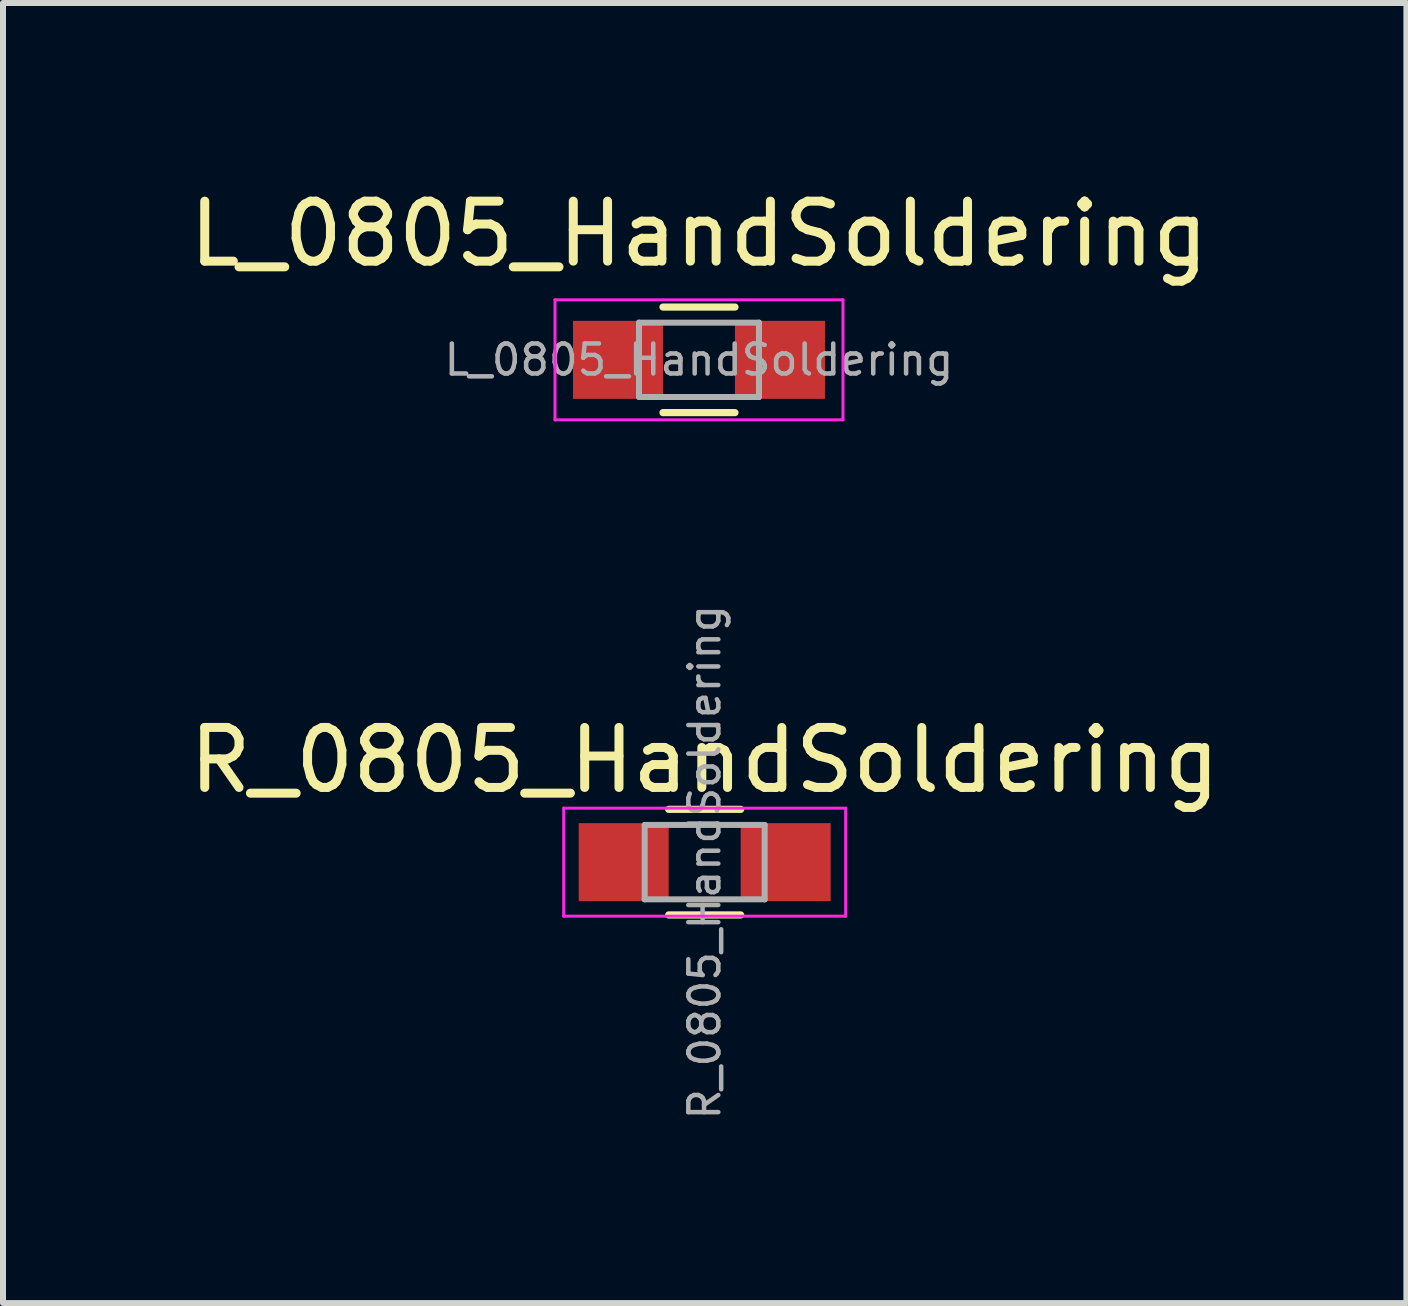
<source format=kicad_pcb>
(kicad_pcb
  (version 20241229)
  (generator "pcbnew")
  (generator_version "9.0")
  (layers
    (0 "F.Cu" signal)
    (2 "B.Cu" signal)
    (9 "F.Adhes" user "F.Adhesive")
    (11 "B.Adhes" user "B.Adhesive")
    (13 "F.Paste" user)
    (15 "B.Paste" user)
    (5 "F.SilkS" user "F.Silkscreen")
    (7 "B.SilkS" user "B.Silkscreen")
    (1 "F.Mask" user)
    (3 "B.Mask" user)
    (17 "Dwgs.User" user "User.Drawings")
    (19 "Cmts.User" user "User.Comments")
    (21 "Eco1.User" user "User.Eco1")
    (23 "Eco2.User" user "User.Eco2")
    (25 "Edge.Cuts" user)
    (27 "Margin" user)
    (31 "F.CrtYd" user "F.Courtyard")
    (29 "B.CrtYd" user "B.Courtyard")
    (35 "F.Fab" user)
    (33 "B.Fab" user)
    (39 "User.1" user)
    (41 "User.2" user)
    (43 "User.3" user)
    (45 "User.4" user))
  (footprint "R_0805_HandSoldering"
    (layer "F.Cu")
    (at 8.696 11.321)
    (property "Reference" "R_0805_HandSoldering" (at 0 -1.7 0) (layer "F.SilkS") (effects (font (size 1 1) (thickness 0.15))))
    (attr smd)
    (fp_line (start -0.6 -0.88) (end 0.6 -0.88) (stroke (width 0.12) (type solid)) (layer "F.SilkS"))
    (fp_line (start 0.6 0.88) (end -0.6 0.88) (stroke (width 0.12) (type solid)) (layer "F.SilkS"))
    (fp_line (start -2.35 -0.9) (end -2.35 0.9) (stroke (width 0.05) (type solid)) (layer "F.CrtYd"))
    (fp_line (start -2.35 -0.9) (end 2.35 -0.9) (stroke (width 0.05) (type solid)) (layer "F.CrtYd"))
    (fp_line (start 2.35 0.9) (end -2.35 0.9) (stroke (width 0.05) (type solid)) (layer "F.CrtYd"))
    (fp_line (start 2.35 0.9) (end 2.35 -0.9) (stroke (width 0.05) (type solid)) (layer "F.CrtYd"))
    (fp_line (start -1 -0.62) (end 1 -0.62) (stroke (width 0.1) (type solid)) (layer "F.Fab"))
    (fp_line (start -1 0.62) (end -1 -0.62) (stroke (width 0.1) (type solid)) (layer "F.Fab"))
    (fp_line (start 1 -0.62) (end 1 0.62) (stroke (width 0.1) (type solid)) (layer "F.Fab"))
    (fp_line (start 1 0.62) (end -1 0.62) (stroke (width 0.1) (type solid)) (layer "F.Fab"))
    (fp_text user "${REFERENCE}" (at 0 0 270) (layer "F.Fab") (effects (font (size 0.5 0.5) (thickness 0.075))))
    (pad "1" smd rect (at -1.35 0) (size 1.5 1.3) (layers "F.Cu" "F.Mask"))
    (pad "2" smd rect (at 1.35 0) (size 1.5 1.3) (layers "F.Cu" "F.Mask")))
  (footprint "L_0805_HandSoldering"
    (layer "F.Cu")
    (at 8.601 2.948)
    (property "Reference" "L_0805_HandSoldering" (at 0 -2.1 0) (layer "F.SilkS") (effects (font (size 1 1) (thickness 0.15))))
    (attr smd)
    (fp_line (start -0.6 -0.88) (end 0.6 -0.88) (stroke (width 0.12) (type solid)) (layer "F.SilkS"))
    (fp_line (start 0.6 0.88) (end -0.6 0.88) (stroke (width 0.12) (type solid)) (layer "F.SilkS"))
    (fp_line (start -2.4 -1) (end -2.4 1) (stroke (width 0.05) (type solid)) (layer "F.CrtYd"))
    (fp_line (start -2.4 -1) (end 2.4 -1) (stroke (width 0.05) (type solid)) (layer "F.CrtYd"))
    (fp_line (start -2.4 1) (end 2.4 1) (stroke (width 0.05) (type solid)) (layer "F.CrtYd"))
    (fp_line (start 2.4 -1) (end 2.4 1) (stroke (width 0.05) (type solid)) (layer "F.CrtYd"))
    (fp_line (start -1 -0.62) (end 1 -0.62) (stroke (width 0.1) (type solid)) (layer "F.Fab"))
    (fp_line (start -1 0.62) (end -1 -0.62) (stroke (width 0.1) (type solid)) (layer "F.Fab"))
    (fp_line (start 1 -0.62) (end 1 0.62) (stroke (width 0.1) (type solid)) (layer "F.Fab"))
    (fp_line (start 1 0.62) (end -1 0.62) (stroke (width 0.1) (type solid)) (layer "F.Fab"))
    (fp_text user "${REFERENCE}" (at 0 0 0) (layer "F.Fab") (effects (font (size 0.5 0.5) (thickness 0.075))))
    (pad "1" smd rect (at -1.35 0) (size 1.5 1.3) (layers "F.Cu" "F.Mask"))
    (pad "2" smd rect (at 1.35 0) (size 1.5 1.3) (layers "F.Cu" "F.Mask")))
  (gr_rect
    (start -3 -3)
    (end 20.393 18.67)
    (stroke (width 0.1) (type default))
    (fill no)
    (layer "Edge.Cuts")))
</source>
